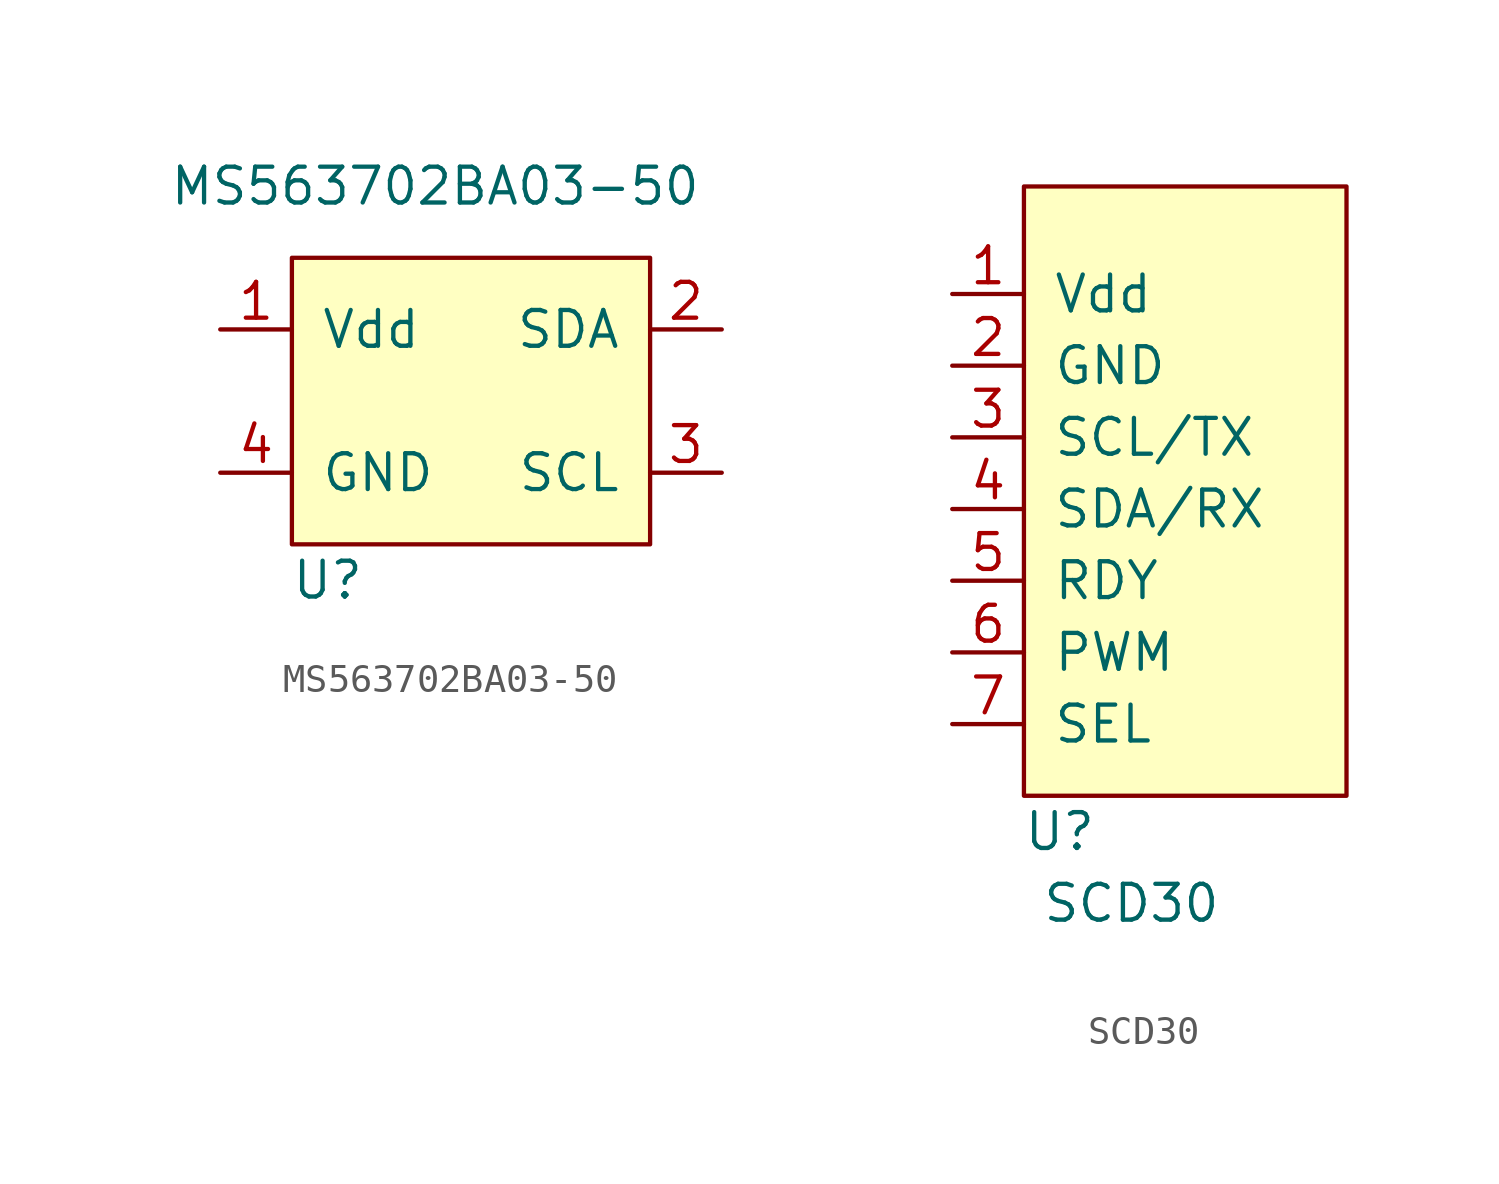
<source format=kicad_sym>
(kicad_symbol_lib
  (version 20211014)
  (generator kicad_symbol_editor)
  (symbol "MS563702BA03-50"
    (pin_names
      (offset 1.016))
    (property "Reference" "U"
      (at -5.08 -6.35 0)
      (effects (font (size 1.27 1.27))))
    (property "Value" "MS563702BA03-50"
      (at -1.27 7.62 0)
      (effects (font (size 1.27 1.27))))
    (symbol "MS563702BA03-50_0_1"
      (rectangle (start -6.35 5.08) (end 6.35 -5.08) (stroke (width 0) (type default) (color 0 0 0 0)) (fill (type background))))
    (symbol "MS563702BA03-50_1_1"
      (pin input line (at -8.89 2.54 0) (length 2.54) (name "Vdd" (effects (font (size 1.27 1.27)))) (number "1" (effects (font (size 1.27 1.27)))))
      (pin input line (at 8.89 2.54 180) (length 2.54) (name "SDA" (effects (font (size 1.27 1.27)))) (number "2" (effects (font (size 1.27 1.27)))))
      (pin input line (at 8.89 -2.54 180) (length 2.54) (name "SCL" (effects (font (size 1.27 1.27)))) (number "3" (effects (font (size 1.27 1.27)))))
      (pin input line (at -8.89 -2.54 0) (length 2.54) (name "GND" (effects (font (size 1.27 1.27)))) (number "4" (effects (font (size 1.27 1.27)))))))
  (symbol "SCD30"
    (pin_names
      (offset 1.016))
    (property "Reference" "U"
      (at -5.08 -11.43 0)
      (effects (font (size 1.27 1.27))))
    (property "Value" "SCD30"
      (at -2.54 -13.97 0)
      (effects (font (size 1.27 1.27))))
    (symbol "SCD30_0_1"
      (rectangle (start -6.35 11.43) (end 5.08 -10.16) (stroke (width 0) (type default) (color 0 0 0 0)) (fill (type background))))
    (symbol "SCD30_1_1"
      (pin input line (at -8.89 7.62 0) (length 2.54) (name "Vdd" (effects (font (size 1.27 1.27)))) (number "1" (effects (font (size 1.27 1.27)))))
      (pin input line (at -8.89 5.08 0) (length 2.54) (name "GND" (effects (font (size 1.27 1.27)))) (number "2" (effects (font (size 1.27 1.27)))))
      (pin input line (at -8.89 2.54 0) (length 2.54) (name "SCL/TX" (effects (font (size 1.27 1.27)))) (number "3" (effects (font (size 1.27 1.27)))))
      (pin input line (at -8.89 0 0) (length 2.54) (name "SDA/RX" (effects (font (size 1.27 1.27)))) (number "4" (effects (font (size 1.27 1.27)))))
      (pin input line (at -8.89 -2.54 0) (length 2.54) (name "RDY" (effects (font (size 1.27 1.27)))) (number "5" (effects (font (size 1.27 1.27)))))
      (pin input line (at -8.89 -5.08 0) (length 2.54) (name "PWM" (effects (font (size 1.27 1.27)))) (number "6" (effects (font (size 1.27 1.27)))))
      (pin input line (at -8.89 -7.62 0) (length 2.54) (name "SEL" (effects (font (size 1.27 1.27)))) (number "7" (effects (font (size 1.27 1.27))))))))
</source>
